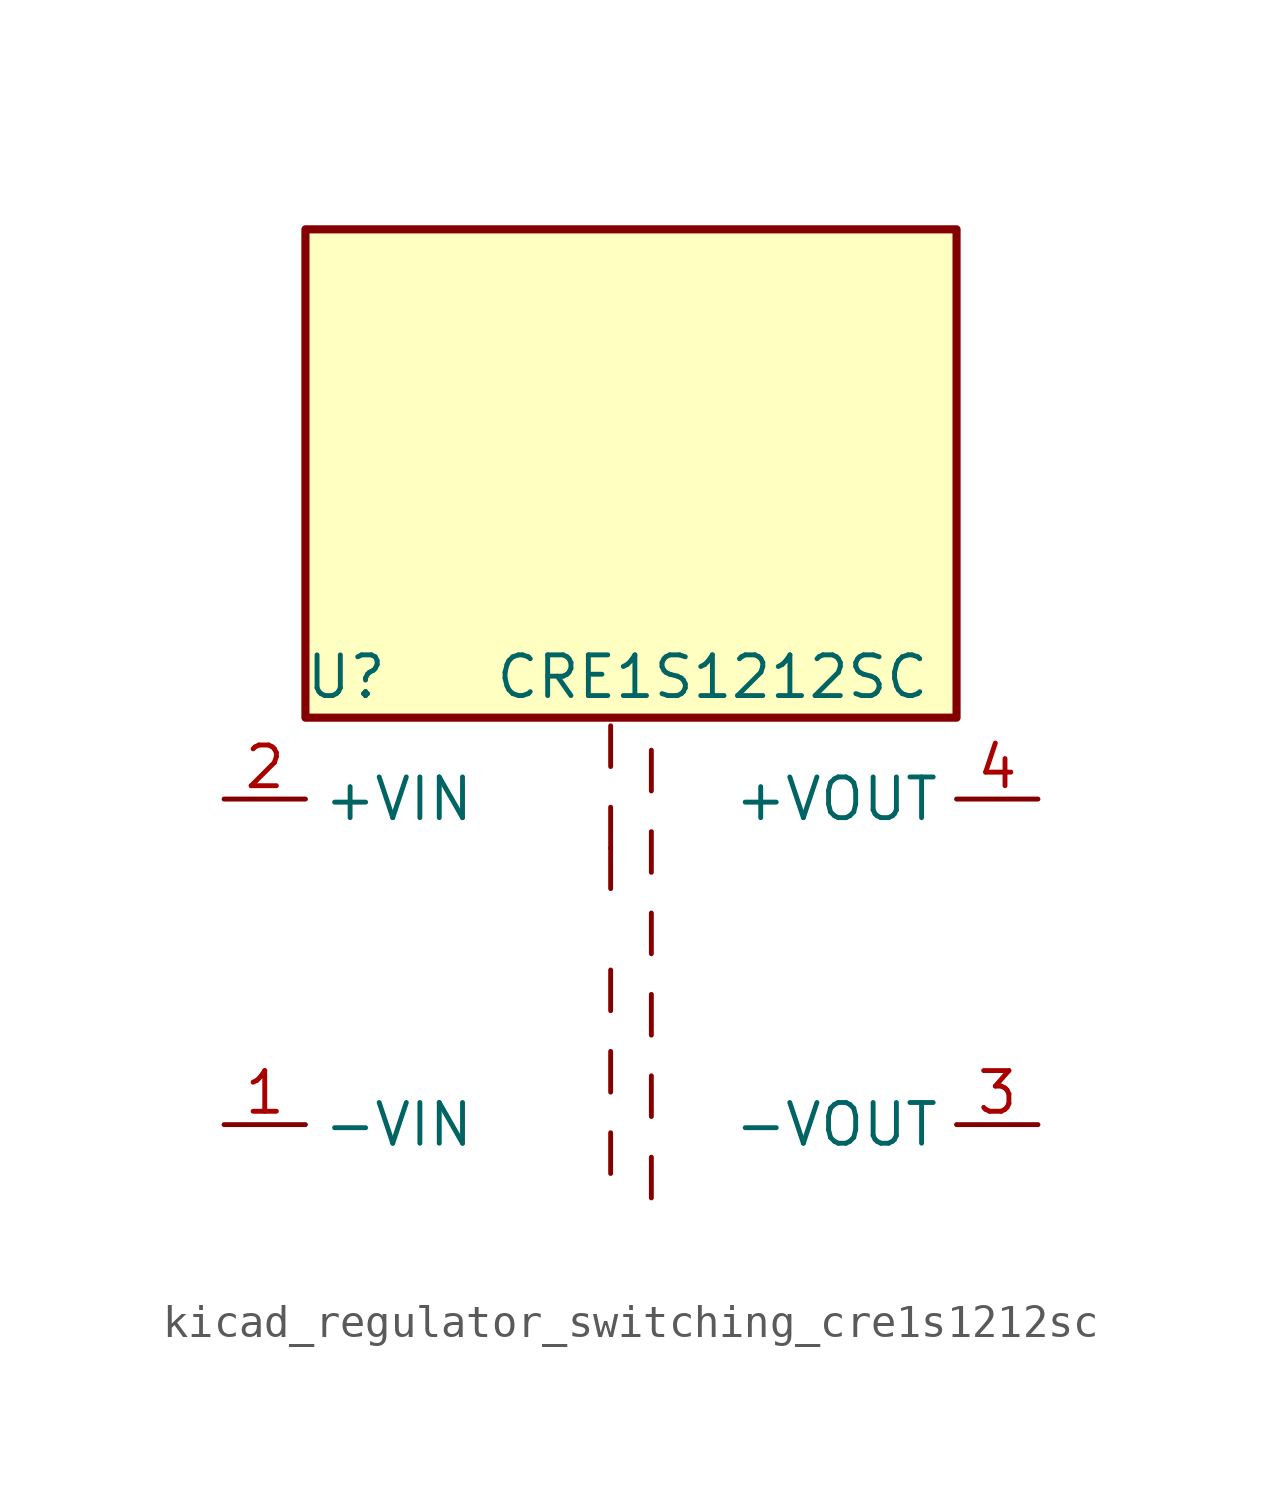
<source format=kicad_sym>
(kicad_symbol_lib
  (version 20220914)
  (generator kicad_symbol_editor)
  (symbol "kicad_regulator_switching_cre1s1212sc"
    (property "Reference" "U"
      (at -8.89 8.89 0)
      (effects (font (size 1.27 1.27))))
    (property "Value" "CRE1S1212SC"
      (at 2.54 8.89 0)
      (effects (font (size 1.27 1.27))))
    (symbol "kicad_regulator_switching_cre1s1212sc_0_1"
      (polyline (pts (xy -0.635 -5.334) (xy -0.635 -6.604)) (stroke (width 0) (type default)) (fill (type none)))
      (polyline (pts (xy -0.635 -2.794) (xy -0.635 -4.064)) (stroke (width 0) (type default)) (fill (type none)))
      (polyline (pts (xy -0.635 -0.254) (xy -0.635 -1.524)) (stroke (width 0) (type default)) (fill (type none)))
      (polyline (pts (xy -0.635 2.286) (xy -0.635 3.556)) (stroke (width 0) (type default)) (fill (type none)))
      (polyline (pts (xy -0.635 4.826) (xy -0.635 3.556)) (stroke (width 0) (type default)) (fill (type none)))
      (polyline (pts (xy -0.635 7.366) (xy -0.635 6.096)) (stroke (width 0) (type default)) (fill (type none)))
      (polyline (pts (xy 0.635 -7.366) (xy 0.635 -6.096)) (stroke (width 0) (type default)) (fill (type none)))
      (polyline (pts (xy 0.635 -4.826) (xy 0.635 -3.556)) (stroke (width 0) (type default)) (fill (type none)))
      (polyline (pts (xy 0.635 -2.286) (xy 0.635 -1.016)) (stroke (width 0) (type default)) (fill (type none)))
      (polyline (pts (xy 0.635 0.254) (xy 0.635 1.524)) (stroke (width 0) (type default)) (fill (type none)))
      (polyline (pts (xy 0.635 2.794) (xy 0.635 4.064)) (stroke (width 0) (type default)) (fill (type none)))
      (polyline (pts (xy 0.635 5.334) (xy 0.635 6.604)) (stroke (width 0) (type default)) (fill (type none)))
      (rectangle (start 10.16 22.86) (end -10.16 7.62) (stroke (width 0.254) (type default)) (fill (type background))))
    (symbol "kicad_regulator_switching_cre1s1212sc_1_1"
      (pin power_in line (at -12.7 -5.08 0) (length 2.54) (name "-VIN" (effects (font (size 1.27 1.27)))) (number "1" (effects (font (size 1.27 1.27)))))
      (pin power_in line (at -12.7 5.08 0) (length 2.54) (name "+VIN" (effects (font (size 1.27 1.27)))) (number "2" (effects (font (size 1.27 1.27)))))
      (pin power_out line (at 12.7 -5.08 180) (length 2.54) (name "-VOUT" (effects (font (size 1.27 1.27)))) (number "3" (effects (font (size 1.27 1.27)))))
      (pin power_out line (at 12.7 5.08 180) (length 2.54) (name "+VOUT" (effects (font (size 1.27 1.27)))) (number "4" (effects (font (size 1.27 1.27))))))))
</source>
